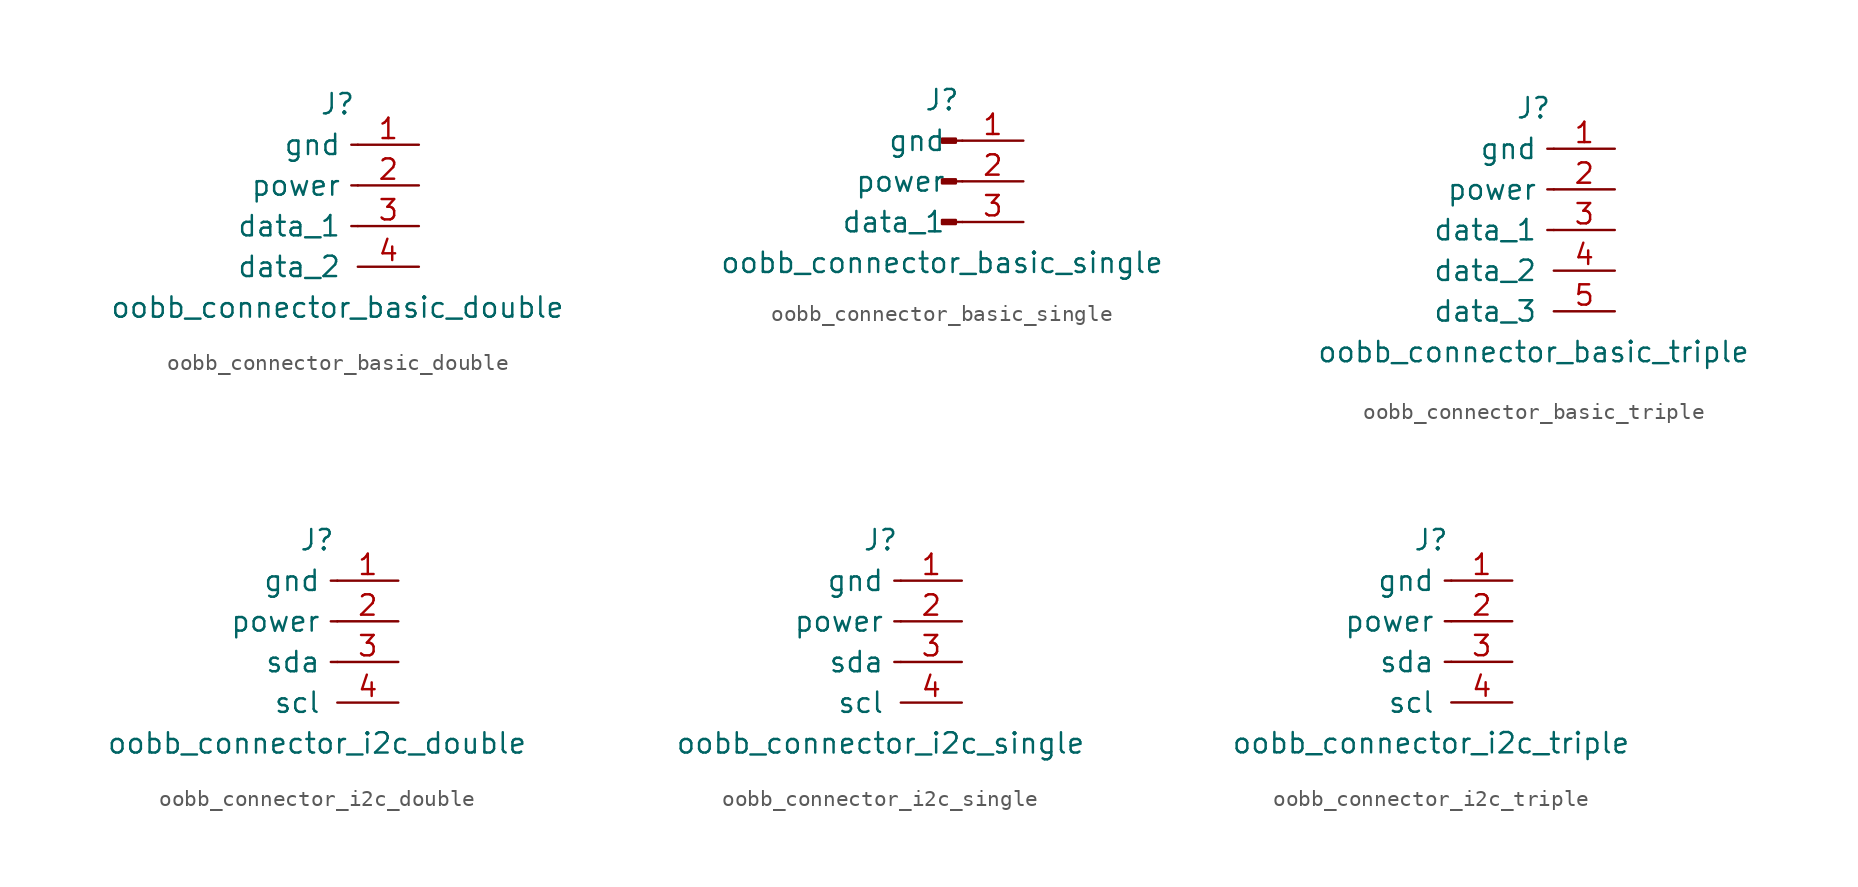
<source format=kicad_sym>
(kicad_symbol_lib
  (version 20220914)
  (generator kicad_symbol_editor)
  (symbol "oobb_connector_basic_double"
    (pin_names
      (offset 1.016))
    (property "Reference" "J"
      (at 0 5.08 0)
      (effects (font (size 1.27 1.27))))
    (property "Value" "oobb_connector_basic_double"
      (at 0 -7.62 0)
      (effects (font (size 1.27 1.27))))
    (symbol "oobb_connector_basic_double_1_1"
      (polyline (pts (xy 1.27 -2.54) (xy 0.864 -2.54)) (stroke (width 0.152) (type default)) (fill (type none)))
      (polyline (pts (xy 1.27 0) (xy 0.864 0)) (stroke (width 0.152) (type default)) (fill (type none)))
      (polyline (pts (xy 1.27 2.54) (xy 0.864 2.54)) (stroke (width 0.152) (type default)) (fill (type none)))
      (pin passive line (at 5.08 2.54 180) (length 3.81) (name "gnd" (effects (font (size 1.27 1.27)))) (number "1" (effects (font (size 1.27 1.27)))))
      (pin passive line (at 5.08 0 180) (length 3.81) (name "power" (effects (font (size 1.27 1.27)))) (number "2" (effects (font (size 1.27 1.27)))))
      (pin passive line (at 5.08 -2.54 180) (length 3.81) (name "data_1" (effects (font (size 1.27 1.27)))) (number "3" (effects (font (size 1.27 1.27)))))
      (pin passive line (at 5.08 -5.08 180) (length 3.81) (name "data_2" (effects (font (size 1.27 1.27)))) (number "4" (effects (font (size 1.27 1.27)))))))
  (symbol "oobb_connector_basic_single"
    (pin_names
      (offset 1.016))
    (property "Reference" "J"
      (at 0 5.08 0)
      (effects (font (size 1.27 1.27))))
    (property "Value" "oobb_connector_basic_single"
      (at 0 -5.08 0)
      (effects (font (size 1.27 1.27))))
    (symbol "oobb_connector_basic_single_1_1"
      (polyline (pts (xy 1.27 -2.54) (xy 0.864 -2.54)) (stroke (width 0.152) (type default)) (fill (type none)))
      (polyline (pts (xy 1.27 0) (xy 0.864 0)) (stroke (width 0.152) (type default)) (fill (type none)))
      (polyline (pts (xy 1.27 2.54) (xy 0.864 2.54)) (stroke (width 0.152) (type default)) (fill (type none)))
      (rectangle (start 0.864 -2.413) (end 0 -2.667) (stroke (width 0.152) (type default)) (fill (type outline)))
      (rectangle (start 0.864 0.127) (end 0 -0.127) (stroke (width 0.152) (type default)) (fill (type outline)))
      (rectangle (start 0.864 2.667) (end 0 2.413) (stroke (width 0.152) (type default)) (fill (type outline)))
      (pin passive line (at 5.08 2.54 180) (length 3.81) (name "gnd" (effects (font (size 1.27 1.27)))) (number "1" (effects (font (size 1.27 1.27)))))
      (pin passive line (at 5.08 0 180) (length 3.81) (name "power" (effects (font (size 1.27 1.27)))) (number "2" (effects (font (size 1.27 1.27)))))
      (pin passive line (at 5.08 -2.54 180) (length 3.81) (name "data_1" (effects (font (size 1.27 1.27)))) (number "3" (effects (font (size 1.27 1.27)))))))
  (symbol "oobb_connector_basic_triple"
    (pin_names
      (offset 1.016))
    (property "Reference" "J"
      (at 0 5.08 0)
      (effects (font (size 1.27 1.27))))
    (property "Value" "oobb_connector_basic_triple"
      (at 0 -10.16 0)
      (effects (font (size 1.27 1.27))))
    (symbol "oobb_connector_basic_triple_1_1"
      (polyline (pts (xy 1.27 -2.54) (xy 0.864 -2.54)) (stroke (width 0.152) (type default)) (fill (type none)))
      (polyline (pts (xy 1.27 0) (xy 0.864 0)) (stroke (width 0.152) (type default)) (fill (type none)))
      (polyline (pts (xy 1.27 2.54) (xy 0.864 2.54)) (stroke (width 0.152) (type default)) (fill (type none)))
      (pin passive line (at 5.08 2.54 180) (length 3.81) (name "gnd" (effects (font (size 1.27 1.27)))) (number "1" (effects (font (size 1.27 1.27)))))
      (pin passive line (at 5.08 0 180) (length 3.81) (name "power" (effects (font (size 1.27 1.27)))) (number "2" (effects (font (size 1.27 1.27)))))
      (pin passive line (at 5.08 -2.54 180) (length 3.81) (name "data_1" (effects (font (size 1.27 1.27)))) (number "3" (effects (font (size 1.27 1.27)))))
      (pin passive line (at 5.08 -5.08 180) (length 3.81) (name "data_2" (effects (font (size 1.27 1.27)))) (number "4" (effects (font (size 1.27 1.27)))))
      (pin passive line (at 5.08 -7.62 180) (length 3.81) (name "data_3" (effects (font (size 1.27 1.27)))) (number "5" (effects (font (size 1.27 1.27)))))))
  (symbol "oobb_connector_i2c_double"
    (pin_names
      (offset 1.016))
    (property "Reference" "J"
      (at 0 5.08 0)
      (effects (font (size 1.27 1.27))))
    (property "Value" "oobb_connector_i2c_double"
      (at 0 -7.62 0)
      (effects (font (size 1.27 1.27))))
    (symbol "oobb_connector_i2c_double_0_0"
      (text "" (at 2.54 -2.54 0) (effects (font (size 1.27 1.27)))))
    (symbol "oobb_connector_i2c_double_1_1"
      (polyline (pts (xy 1.27 -2.54) (xy 0.864 -2.54)) (stroke (width 0.152) (type default)) (fill (type none)))
      (polyline (pts (xy 1.27 0) (xy 0.864 0)) (stroke (width 0.152) (type default)) (fill (type none)))
      (polyline (pts (xy 1.27 2.54) (xy 0.864 2.54)) (stroke (width 0.152) (type default)) (fill (type none)))
      (pin passive line (at 5.08 2.54 180) (length 3.81) (name "gnd" (effects (font (size 1.27 1.27)))) (number "1" (effects (font (size 1.27 1.27)))))
      (pin passive line (at 5.08 0 180) (length 3.81) (name "power" (effects (font (size 1.27 1.27)))) (number "2" (effects (font (size 1.27 1.27)))))
      (pin passive line (at 5.08 -2.54 180) (length 3.81) (name "sda" (effects (font (size 1.27 1.27)))) (number "3" (effects (font (size 1.27 1.27)))))
      (pin passive line (at 5.08 -5.08 180) (length 3.81) (name "scl" (effects (font (size 1.27 1.27)))) (number "4" (effects (font (size 1.27 1.27)))))))
  (symbol "oobb_connector_i2c_single"
    (pin_names
      (offset 1.016))
    (property "Reference" "J"
      (at 0 5.08 0)
      (effects (font (size 1.27 1.27))))
    (property "Value" "oobb_connector_i2c_single"
      (at 0 -7.62 0)
      (effects (font (size 1.27 1.27))))
    (symbol "oobb_connector_i2c_single_0_0"
      (text "" (at 2.54 -2.54 0) (effects (font (size 1.27 1.27)))))
    (symbol "oobb_connector_i2c_single_1_1"
      (polyline (pts (xy 1.27 -2.54) (xy 0.864 -2.54)) (stroke (width 0.152) (type default)) (fill (type none)))
      (polyline (pts (xy 1.27 0) (xy 0.864 0)) (stroke (width 0.152) (type default)) (fill (type none)))
      (polyline (pts (xy 1.27 2.54) (xy 0.864 2.54)) (stroke (width 0.152) (type default)) (fill (type none)))
      (pin passive line (at 5.08 2.54 180) (length 3.81) (name "gnd" (effects (font (size 1.27 1.27)))) (number "1" (effects (font (size 1.27 1.27)))))
      (pin passive line (at 5.08 0 180) (length 3.81) (name "power" (effects (font (size 1.27 1.27)))) (number "2" (effects (font (size 1.27 1.27)))))
      (pin passive line (at 5.08 -2.54 180) (length 3.81) (name "sda" (effects (font (size 1.27 1.27)))) (number "3" (effects (font (size 1.27 1.27)))))
      (pin passive line (at 5.08 -5.08 180) (length 3.81) (name "scl" (effects (font (size 1.27 1.27)))) (number "4" (effects (font (size 1.27 1.27)))))))
  (symbol "oobb_connector_i2c_triple"
    (pin_names
      (offset 1.016))
    (property "Reference" "J"
      (at 0 5.08 0)
      (effects (font (size 1.27 1.27))))
    (property "Value" "oobb_connector_i2c_triple"
      (at 0 -7.62 0)
      (effects (font (size 1.27 1.27))))
    (symbol "oobb_connector_i2c_triple_0_0"
      (text "" (at 2.54 -2.54 0) (effects (font (size 1.27 1.27)))))
    (symbol "oobb_connector_i2c_triple_1_1"
      (polyline (pts (xy 1.27 -2.54) (xy 0.864 -2.54)) (stroke (width 0.152) (type default)) (fill (type none)))
      (polyline (pts (xy 1.27 0) (xy 0.864 0)) (stroke (width 0.152) (type default)) (fill (type none)))
      (polyline (pts (xy 1.27 2.54) (xy 0.864 2.54)) (stroke (width 0.152) (type default)) (fill (type none)))
      (pin passive line (at 5.08 2.54 180) (length 3.81) (name "gnd" (effects (font (size 1.27 1.27)))) (number "1" (effects (font (size 1.27 1.27)))))
      (pin passive line (at 5.08 0 180) (length 3.81) (name "power" (effects (font (size 1.27 1.27)))) (number "2" (effects (font (size 1.27 1.27)))))
      (pin passive line (at 5.08 -2.54 180) (length 3.81) (name "sda" (effects (font (size 1.27 1.27)))) (number "3" (effects (font (size 1.27 1.27)))))
      (pin passive line (at 5.08 -5.08 180) (length 3.81) (name "scl" (effects (font (size 1.27 1.27)))) (number "4" (effects (font (size 1.27 1.27))))))))
</source>
